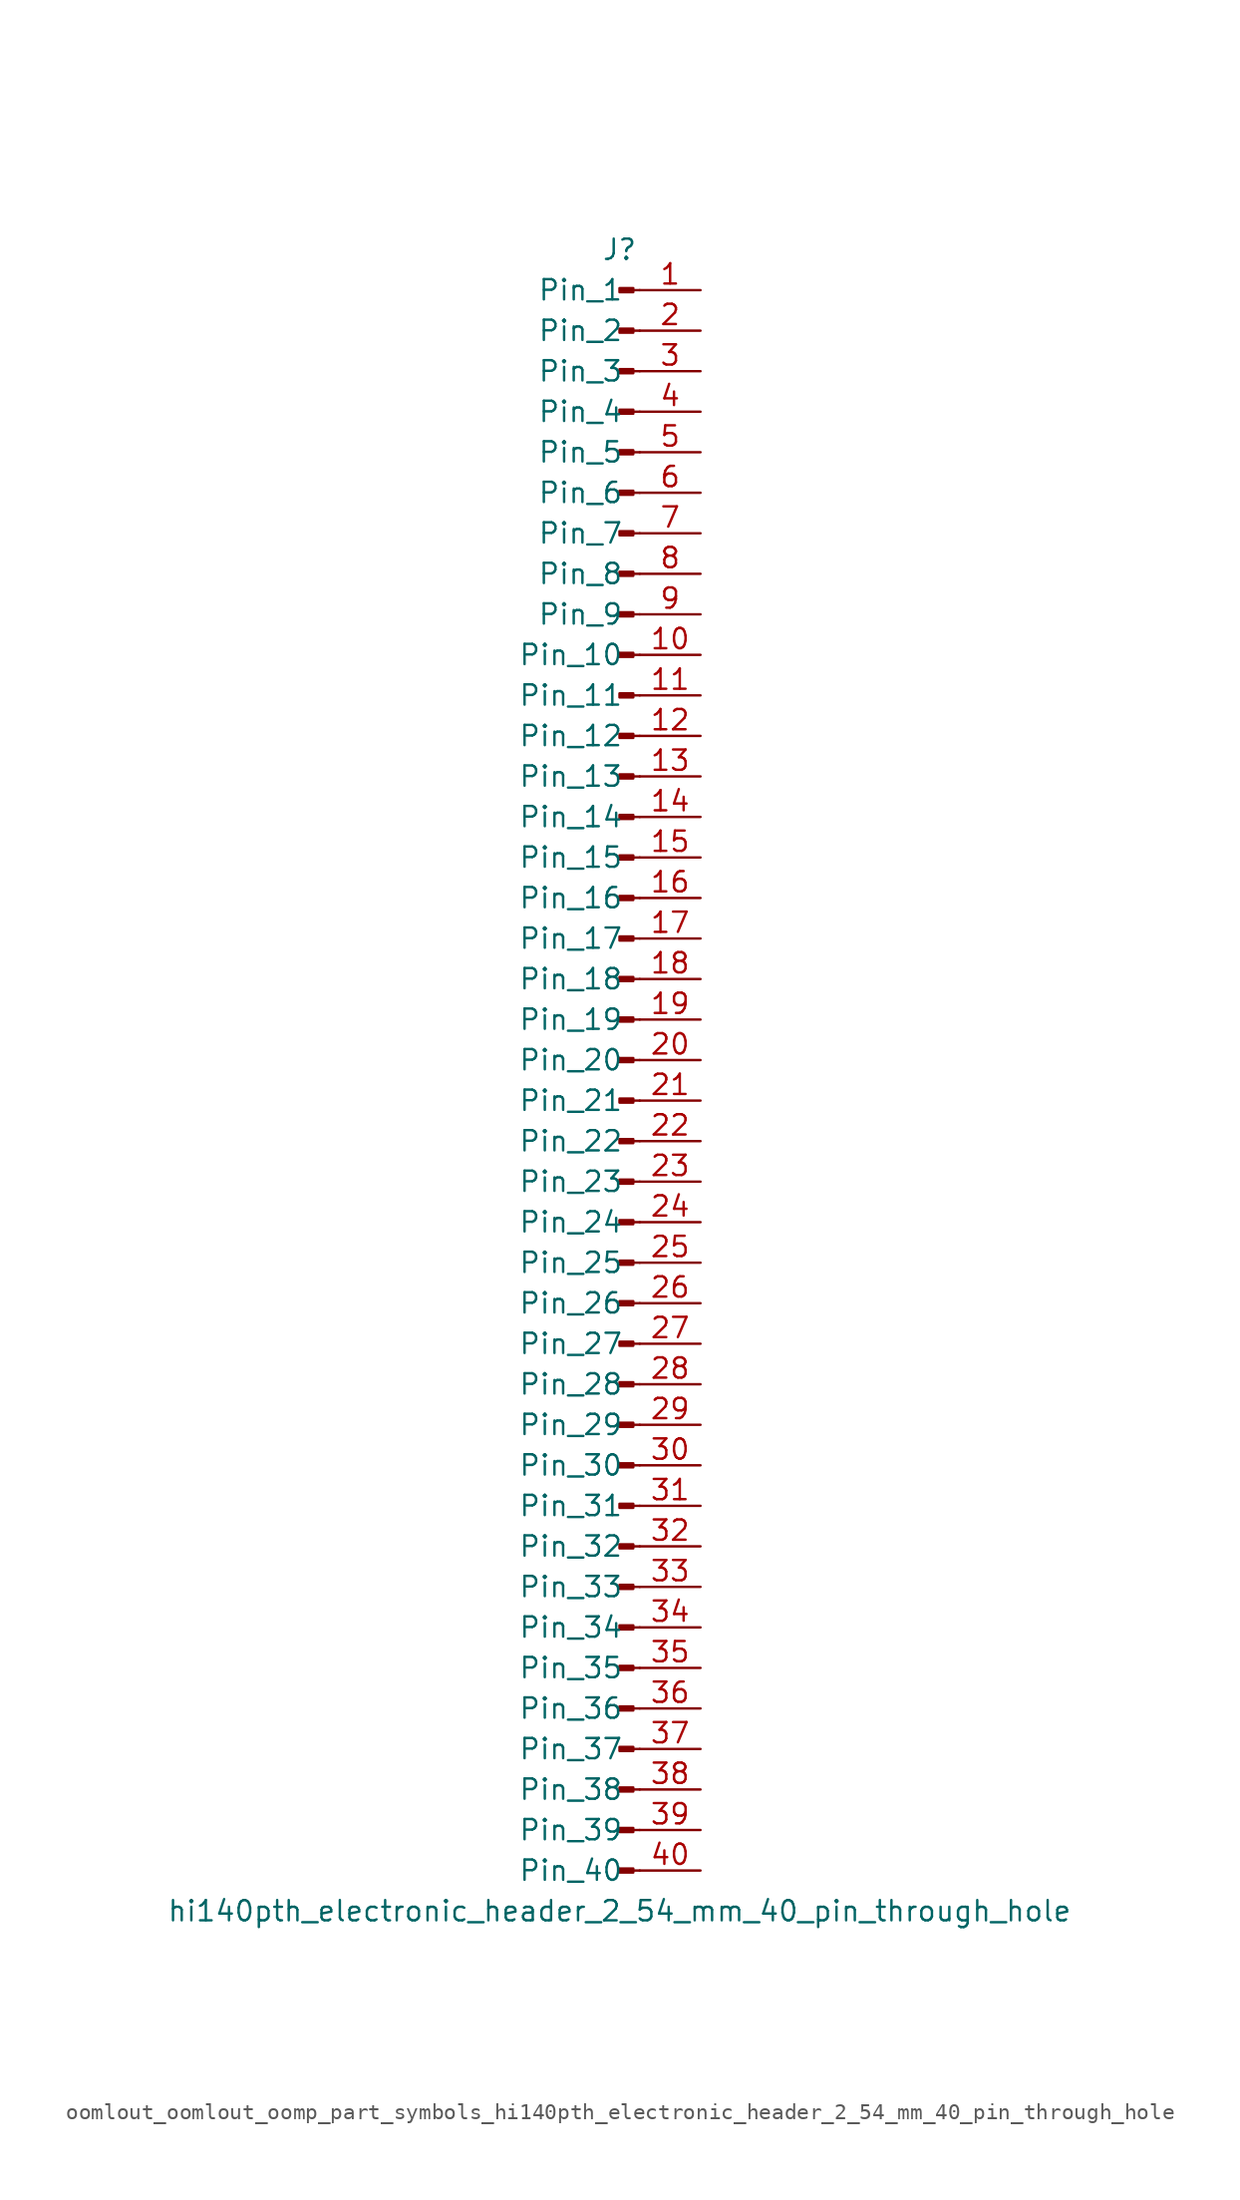
<source format=kicad_sym>
(kicad_symbol_lib
  (version 20220914)
  (generator kicad_symbol_editor)
  (symbol "oomlout_oomlout_oomp_part_symbols_hi140pth_electronic_header_2_54_mm_40_pin_through_hole"
    (pin_names
      (offset 1.016))
    (property "Reference" "J"
      (at 0 50.8 0)
      (effects (font (size 1.27 1.27))))
    (property "Value" "hi140pth_electronic_header_2_54_mm_40_pin_through_hole"
      (at 0 -53.34 0)
      (effects (font (size 1.27 1.27))))
    (property "ki_locked" ""
      (at 0 0 0)
      (effects (font (size 1.27 1.27))))
    (symbol "oomlout_oomlout_oomp_part_symbols_hi140pth_electronic_header_2_54_mm_40_pin_through_hole_1_1"
      (polyline (pts (xy 1.27 -50.8) (xy 0.864 -50.8)) (stroke (width 0.152) (type default)) (fill (type none)))
      (polyline (pts (xy 1.27 -48.26) (xy 0.864 -48.26)) (stroke (width 0.152) (type default)) (fill (type none)))
      (polyline (pts (xy 1.27 -45.72) (xy 0.864 -45.72)) (stroke (width 0.152) (type default)) (fill (type none)))
      (polyline (pts (xy 1.27 -43.18) (xy 0.864 -43.18)) (stroke (width 0.152) (type default)) (fill (type none)))
      (polyline (pts (xy 1.27 -40.64) (xy 0.864 -40.64)) (stroke (width 0.152) (type default)) (fill (type none)))
      (polyline (pts (xy 1.27 -38.1) (xy 0.864 -38.1)) (stroke (width 0.152) (type default)) (fill (type none)))
      (polyline (pts (xy 1.27 -35.56) (xy 0.864 -35.56)) (stroke (width 0.152) (type default)) (fill (type none)))
      (polyline (pts (xy 1.27 -33.02) (xy 0.864 -33.02)) (stroke (width 0.152) (type default)) (fill (type none)))
      (polyline (pts (xy 1.27 -30.48) (xy 0.864 -30.48)) (stroke (width 0.152) (type default)) (fill (type none)))
      (polyline (pts (xy 1.27 -27.94) (xy 0.864 -27.94)) (stroke (width 0.152) (type default)) (fill (type none)))
      (polyline (pts (xy 1.27 -25.4) (xy 0.864 -25.4)) (stroke (width 0.152) (type default)) (fill (type none)))
      (polyline (pts (xy 1.27 -22.86) (xy 0.864 -22.86)) (stroke (width 0.152) (type default)) (fill (type none)))
      (polyline (pts (xy 1.27 -20.32) (xy 0.864 -20.32)) (stroke (width 0.152) (type default)) (fill (type none)))
      (polyline (pts (xy 1.27 -17.78) (xy 0.864 -17.78)) (stroke (width 0.152) (type default)) (fill (type none)))
      (polyline (pts (xy 1.27 -15.24) (xy 0.864 -15.24)) (stroke (width 0.152) (type default)) (fill (type none)))
      (polyline (pts (xy 1.27 -12.7) (xy 0.864 -12.7)) (stroke (width 0.152) (type default)) (fill (type none)))
      (polyline (pts (xy 1.27 -10.16) (xy 0.864 -10.16)) (stroke (width 0.152) (type default)) (fill (type none)))
      (polyline (pts (xy 1.27 -7.62) (xy 0.864 -7.62)) (stroke (width 0.152) (type default)) (fill (type none)))
      (polyline (pts (xy 1.27 -5.08) (xy 0.864 -5.08)) (stroke (width 0.152) (type default)) (fill (type none)))
      (polyline (pts (xy 1.27 -2.54) (xy 0.864 -2.54)) (stroke (width 0.152) (type default)) (fill (type none)))
      (polyline (pts (xy 1.27 0) (xy 0.864 0)) (stroke (width 0.152) (type default)) (fill (type none)))
      (polyline (pts (xy 1.27 2.54) (xy 0.864 2.54)) (stroke (width 0.152) (type default)) (fill (type none)))
      (polyline (pts (xy 1.27 5.08) (xy 0.864 5.08)) (stroke (width 0.152) (type default)) (fill (type none)))
      (polyline (pts (xy 1.27 7.62) (xy 0.864 7.62)) (stroke (width 0.152) (type default)) (fill (type none)))
      (polyline (pts (xy 1.27 10.16) (xy 0.864 10.16)) (stroke (width 0.152) (type default)) (fill (type none)))
      (polyline (pts (xy 1.27 12.7) (xy 0.864 12.7)) (stroke (width 0.152) (type default)) (fill (type none)))
      (polyline (pts (xy 1.27 15.24) (xy 0.864 15.24)) (stroke (width 0.152) (type default)) (fill (type none)))
      (polyline (pts (xy 1.27 17.78) (xy 0.864 17.78)) (stroke (width 0.152) (type default)) (fill (type none)))
      (polyline (pts (xy 1.27 20.32) (xy 0.864 20.32)) (stroke (width 0.152) (type default)) (fill (type none)))
      (polyline (pts (xy 1.27 22.86) (xy 0.864 22.86)) (stroke (width 0.152) (type default)) (fill (type none)))
      (polyline (pts (xy 1.27 25.4) (xy 0.864 25.4)) (stroke (width 0.152) (type default)) (fill (type none)))
      (polyline (pts (xy 1.27 27.94) (xy 0.864 27.94)) (stroke (width 0.152) (type default)) (fill (type none)))
      (polyline (pts (xy 1.27 30.48) (xy 0.864 30.48)) (stroke (width 0.152) (type default)) (fill (type none)))
      (polyline (pts (xy 1.27 33.02) (xy 0.864 33.02)) (stroke (width 0.152) (type default)) (fill (type none)))
      (polyline (pts (xy 1.27 35.56) (xy 0.864 35.56)) (stroke (width 0.152) (type default)) (fill (type none)))
      (polyline (pts (xy 1.27 38.1) (xy 0.864 38.1)) (stroke (width 0.152) (type default)) (fill (type none)))
      (polyline (pts (xy 1.27 40.64) (xy 0.864 40.64)) (stroke (width 0.152) (type default)) (fill (type none)))
      (polyline (pts (xy 1.27 43.18) (xy 0.864 43.18)) (stroke (width 0.152) (type default)) (fill (type none)))
      (polyline (pts (xy 1.27 45.72) (xy 0.864 45.72)) (stroke (width 0.152) (type default)) (fill (type none)))
      (polyline (pts (xy 1.27 48.26) (xy 0.864 48.26)) (stroke (width 0.152) (type default)) (fill (type none)))
      (rectangle (start 0.864 -50.673) (end 0 -50.927) (stroke (width 0.152) (type default)) (fill (type outline)))
      (rectangle (start 0.864 -48.133) (end 0 -48.387) (stroke (width 0.152) (type default)) (fill (type outline)))
      (rectangle (start 0.864 -45.593) (end 0 -45.847) (stroke (width 0.152) (type default)) (fill (type outline)))
      (rectangle (start 0.864 -43.053) (end 0 -43.307) (stroke (width 0.152) (type default)) (fill (type outline)))
      (rectangle (start 0.864 -40.513) (end 0 -40.767) (stroke (width 0.152) (type default)) (fill (type outline)))
      (rectangle (start 0.864 -37.973) (end 0 -38.227) (stroke (width 0.152) (type default)) (fill (type outline)))
      (rectangle (start 0.864 -35.433) (end 0 -35.687) (stroke (width 0.152) (type default)) (fill (type outline)))
      (rectangle (start 0.864 -32.893) (end 0 -33.147) (stroke (width 0.152) (type default)) (fill (type outline)))
      (rectangle (start 0.864 -30.353) (end 0 -30.607) (stroke (width 0.152) (type default)) (fill (type outline)))
      (rectangle (start 0.864 -27.813) (end 0 -28.067) (stroke (width 0.152) (type default)) (fill (type outline)))
      (rectangle (start 0.864 -25.273) (end 0 -25.527) (stroke (width 0.152) (type default)) (fill (type outline)))
      (rectangle (start 0.864 -22.733) (end 0 -22.987) (stroke (width 0.152) (type default)) (fill (type outline)))
      (rectangle (start 0.864 -20.193) (end 0 -20.447) (stroke (width 0.152) (type default)) (fill (type outline)))
      (rectangle (start 0.864 -17.653) (end 0 -17.907) (stroke (width 0.152) (type default)) (fill (type outline)))
      (rectangle (start 0.864 -15.113) (end 0 -15.367) (stroke (width 0.152) (type default)) (fill (type outline)))
      (rectangle (start 0.864 -12.573) (end 0 -12.827) (stroke (width 0.152) (type default)) (fill (type outline)))
      (rectangle (start 0.864 -10.033) (end 0 -10.287) (stroke (width 0.152) (type default)) (fill (type outline)))
      (rectangle (start 0.864 -7.493) (end 0 -7.747) (stroke (width 0.152) (type default)) (fill (type outline)))
      (rectangle (start 0.864 -4.953) (end 0 -5.207) (stroke (width 0.152) (type default)) (fill (type outline)))
      (rectangle (start 0.864 -2.413) (end 0 -2.667) (stroke (width 0.152) (type default)) (fill (type outline)))
      (rectangle (start 0.864 0.127) (end 0 -0.127) (stroke (width 0.152) (type default)) (fill (type outline)))
      (rectangle (start 0.864 2.667) (end 0 2.413) (stroke (width 0.152) (type default)) (fill (type outline)))
      (rectangle (start 0.864 5.207) (end 0 4.953) (stroke (width 0.152) (type default)) (fill (type outline)))
      (rectangle (start 0.864 7.747) (end 0 7.493) (stroke (width 0.152) (type default)) (fill (type outline)))
      (rectangle (start 0.864 10.287) (end 0 10.033) (stroke (width 0.152) (type default)) (fill (type outline)))
      (rectangle (start 0.864 12.827) (end 0 12.573) (stroke (width 0.152) (type default)) (fill (type outline)))
      (rectangle (start 0.864 15.367) (end 0 15.113) (stroke (width 0.152) (type default)) (fill (type outline)))
      (rectangle (start 0.864 17.907) (end 0 17.653) (stroke (width 0.152) (type default)) (fill (type outline)))
      (rectangle (start 0.864 20.447) (end 0 20.193) (stroke (width 0.152) (type default)) (fill (type outline)))
      (rectangle (start 0.864 22.987) (end 0 22.733) (stroke (width 0.152) (type default)) (fill (type outline)))
      (rectangle (start 0.864 25.527) (end 0 25.273) (stroke (width 0.152) (type default)) (fill (type outline)))
      (rectangle (start 0.864 28.067) (end 0 27.813) (stroke (width 0.152) (type default)) (fill (type outline)))
      (rectangle (start 0.864 30.607) (end 0 30.353) (stroke (width 0.152) (type default)) (fill (type outline)))
      (rectangle (start 0.864 33.147) (end 0 32.893) (stroke (width 0.152) (type default)) (fill (type outline)))
      (rectangle (start 0.864 35.687) (end 0 35.433) (stroke (width 0.152) (type default)) (fill (type outline)))
      (rectangle (start 0.864 38.227) (end 0 37.973) (stroke (width 0.152) (type default)) (fill (type outline)))
      (rectangle (start 0.864 40.767) (end 0 40.513) (stroke (width 0.152) (type default)) (fill (type outline)))
      (rectangle (start 0.864 43.307) (end 0 43.053) (stroke (width 0.152) (type default)) (fill (type outline)))
      (rectangle (start 0.864 45.847) (end 0 45.593) (stroke (width 0.152) (type default)) (fill (type outline)))
      (rectangle (start 0.864 48.387) (end 0 48.133) (stroke (width 0.152) (type default)) (fill (type outline)))
      (pin passive line (at 5.08 48.26 180) (length 3.81) (name "Pin_1" (effects (font (size 1.27 1.27)))) (number "1" (effects (font (size 1.27 1.27)))))
      (pin passive line (at 5.08 25.4 180) (length 3.81) (name "Pin_10" (effects (font (size 1.27 1.27)))) (number "10" (effects (font (size 1.27 1.27)))))
      (pin passive line (at 5.08 22.86 180) (length 3.81) (name "Pin_11" (effects (font (size 1.27 1.27)))) (number "11" (effects (font (size 1.27 1.27)))))
      (pin passive line (at 5.08 20.32 180) (length 3.81) (name "Pin_12" (effects (font (size 1.27 1.27)))) (number "12" (effects (font (size 1.27 1.27)))))
      (pin passive line (at 5.08 17.78 180) (length 3.81) (name "Pin_13" (effects (font (size 1.27 1.27)))) (number "13" (effects (font (size 1.27 1.27)))))
      (pin passive line (at 5.08 15.24 180) (length 3.81) (name "Pin_14" (effects (font (size 1.27 1.27)))) (number "14" (effects (font (size 1.27 1.27)))))
      (pin passive line (at 5.08 12.7 180) (length 3.81) (name "Pin_15" (effects (font (size 1.27 1.27)))) (number "15" (effects (font (size 1.27 1.27)))))
      (pin passive line (at 5.08 10.16 180) (length 3.81) (name "Pin_16" (effects (font (size 1.27 1.27)))) (number "16" (effects (font (size 1.27 1.27)))))
      (pin passive line (at 5.08 7.62 180) (length 3.81) (name "Pin_17" (effects (font (size 1.27 1.27)))) (number "17" (effects (font (size 1.27 1.27)))))
      (pin passive line (at 5.08 5.08 180) (length 3.81) (name "Pin_18" (effects (font (size 1.27 1.27)))) (number "18" (effects (font (size 1.27 1.27)))))
      (pin passive line (at 5.08 2.54 180) (length 3.81) (name "Pin_19" (effects (font (size 1.27 1.27)))) (number "19" (effects (font (size 1.27 1.27)))))
      (pin passive line (at 5.08 45.72 180) (length 3.81) (name "Pin_2" (effects (font (size 1.27 1.27)))) (number "2" (effects (font (size 1.27 1.27)))))
      (pin passive line (at 5.08 0 180) (length 3.81) (name "Pin_20" (effects (font (size 1.27 1.27)))) (number "20" (effects (font (size 1.27 1.27)))))
      (pin passive line (at 5.08 -2.54 180) (length 3.81) (name "Pin_21" (effects (font (size 1.27 1.27)))) (number "21" (effects (font (size 1.27 1.27)))))
      (pin passive line (at 5.08 -5.08 180) (length 3.81) (name "Pin_22" (effects (font (size 1.27 1.27)))) (number "22" (effects (font (size 1.27 1.27)))))
      (pin passive line (at 5.08 -7.62 180) (length 3.81) (name "Pin_23" (effects (font (size 1.27 1.27)))) (number "23" (effects (font (size 1.27 1.27)))))
      (pin passive line (at 5.08 -10.16 180) (length 3.81) (name "Pin_24" (effects (font (size 1.27 1.27)))) (number "24" (effects (font (size 1.27 1.27)))))
      (pin passive line (at 5.08 -12.7 180) (length 3.81) (name "Pin_25" (effects (font (size 1.27 1.27)))) (number "25" (effects (font (size 1.27 1.27)))))
      (pin passive line (at 5.08 -15.24 180) (length 3.81) (name "Pin_26" (effects (font (size 1.27 1.27)))) (number "26" (effects (font (size 1.27 1.27)))))
      (pin passive line (at 5.08 -17.78 180) (length 3.81) (name "Pin_27" (effects (font (size 1.27 1.27)))) (number "27" (effects (font (size 1.27 1.27)))))
      (pin passive line (at 5.08 -20.32 180) (length 3.81) (name "Pin_28" (effects (font (size 1.27 1.27)))) (number "28" (effects (font (size 1.27 1.27)))))
      (pin passive line (at 5.08 -22.86 180) (length 3.81) (name "Pin_29" (effects (font (size 1.27 1.27)))) (number "29" (effects (font (size 1.27 1.27)))))
      (pin passive line (at 5.08 43.18 180) (length 3.81) (name "Pin_3" (effects (font (size 1.27 1.27)))) (number "3" (effects (font (size 1.27 1.27)))))
      (pin passive line (at 5.08 -25.4 180) (length 3.81) (name "Pin_30" (effects (font (size 1.27 1.27)))) (number "30" (effects (font (size 1.27 1.27)))))
      (pin passive line (at 5.08 -27.94 180) (length 3.81) (name "Pin_31" (effects (font (size 1.27 1.27)))) (number "31" (effects (font (size 1.27 1.27)))))
      (pin passive line (at 5.08 -30.48 180) (length 3.81) (name "Pin_32" (effects (font (size 1.27 1.27)))) (number "32" (effects (font (size 1.27 1.27)))))
      (pin passive line (at 5.08 -33.02 180) (length 3.81) (name "Pin_33" (effects (font (size 1.27 1.27)))) (number "33" (effects (font (size 1.27 1.27)))))
      (pin passive line (at 5.08 -35.56 180) (length 3.81) (name "Pin_34" (effects (font (size 1.27 1.27)))) (number "34" (effects (font (size 1.27 1.27)))))
      (pin passive line (at 5.08 -38.1 180) (length 3.81) (name "Pin_35" (effects (font (size 1.27 1.27)))) (number "35" (effects (font (size 1.27 1.27)))))
      (pin passive line (at 5.08 -40.64 180) (length 3.81) (name "Pin_36" (effects (font (size 1.27 1.27)))) (number "36" (effects (font (size 1.27 1.27)))))
      (pin passive line (at 5.08 -43.18 180) (length 3.81) (name "Pin_37" (effects (font (size 1.27 1.27)))) (number "37" (effects (font (size 1.27 1.27)))))
      (pin passive line (at 5.08 -45.72 180) (length 3.81) (name "Pin_38" (effects (font (size 1.27 1.27)))) (number "38" (effects (font (size 1.27 1.27)))))
      (pin passive line (at 5.08 -48.26 180) (length 3.81) (name "Pin_39" (effects (font (size 1.27 1.27)))) (number "39" (effects (font (size 1.27 1.27)))))
      (pin passive line (at 5.08 40.64 180) (length 3.81) (name "Pin_4" (effects (font (size 1.27 1.27)))) (number "4" (effects (font (size 1.27 1.27)))))
      (pin passive line (at 5.08 -50.8 180) (length 3.81) (name "Pin_40" (effects (font (size 1.27 1.27)))) (number "40" (effects (font (size 1.27 1.27)))))
      (pin passive line (at 5.08 38.1 180) (length 3.81) (name "Pin_5" (effects (font (size 1.27 1.27)))) (number "5" (effects (font (size 1.27 1.27)))))
      (pin passive line (at 5.08 35.56 180) (length 3.81) (name "Pin_6" (effects (font (size 1.27 1.27)))) (number "6" (effects (font (size 1.27 1.27)))))
      (pin passive line (at 5.08 33.02 180) (length 3.81) (name "Pin_7" (effects (font (size 1.27 1.27)))) (number "7" (effects (font (size 1.27 1.27)))))
      (pin passive line (at 5.08 30.48 180) (length 3.81) (name "Pin_8" (effects (font (size 1.27 1.27)))) (number "8" (effects (font (size 1.27 1.27)))))
      (pin passive line (at 5.08 27.94 180) (length 3.81) (name "Pin_9" (effects (font (size 1.27 1.27)))) (number "9" (effects (font (size 1.27 1.27))))))))
</source>
